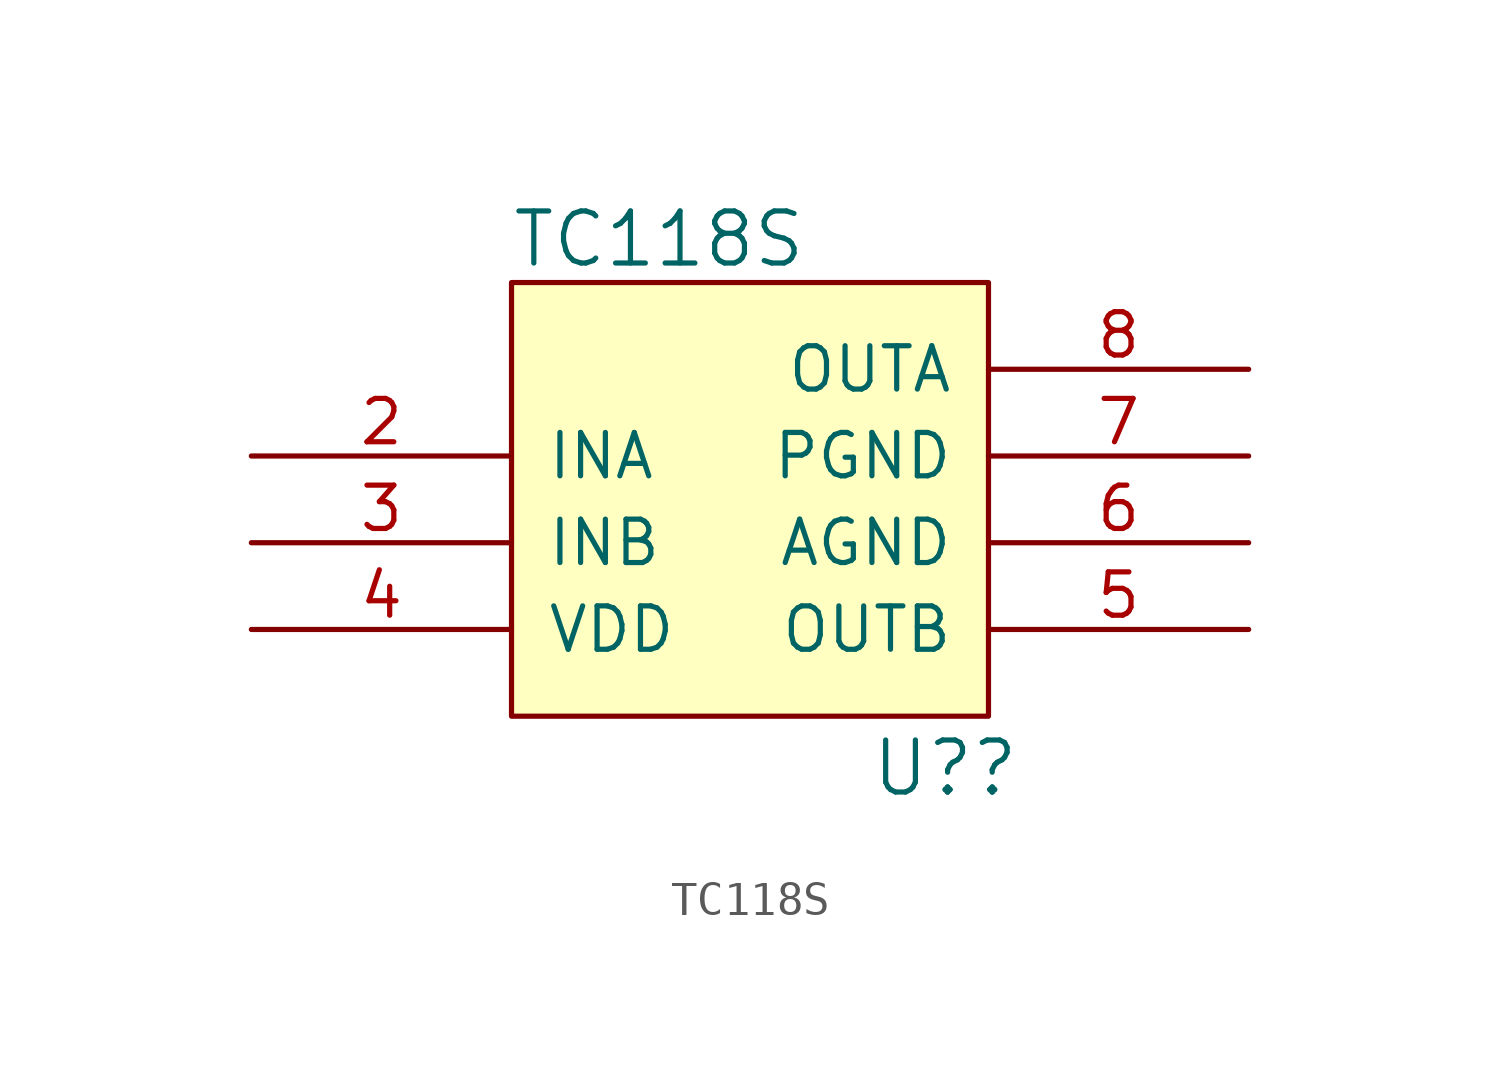
<source format=kicad_sym>
(kicad_symbol_lib
  (version 20211014)
  (generator kicad_symbol_editor)
  (symbol "TC118S"
    (pin_names
      (offset 1.016))
    (property "Reference" "U?"
      (at 12.7 -11.684 0)
      (effects (font (size 1.524 1.524))))
    (property "Value" "TC118S"
      (at 4.318 3.81 0)
      (effects (font (size 1.524 1.524))))
    (property "Footprint" ""
      (at 0 1.27 0)
      (effects (font (size 1.524 1.524))))
    (property "Datasheet" ""
      (at 0 1.27 0)
      (effects (font (size 1.524 1.524))))
    (symbol "TC118S_0_1"
      (rectangle (start 0 -10.16) (end 13.97 2.54) (stroke (width 0) (type default) (color 0 0 0 0)) (fill (type background))))
    (symbol "TC118S_1_1"
      (pin input line (at -7.62 -2.54 0) (length 7.62) (name "INA" (effects (font (size 1.27 1.27)))) (number "2" (effects (font (size 1.27 1.27)))))
      (pin input line (at -7.62 -5.08 0) (length 7.62) (name "INB" (effects (font (size 1.27 1.27)))) (number "3" (effects (font (size 1.27 1.27)))))
      (pin input line (at -7.62 -7.62 0) (length 7.62) (name "VDD" (effects (font (size 1.27 1.27)))) (number "4" (effects (font (size 1.27 1.27)))))
      (pin input line (at 21.59 -7.62 180) (length 7.62) (name "OUTB" (effects (font (size 1.27 1.27)))) (number "5" (effects (font (size 1.27 1.27)))))
      (pin input line (at 21.59 -5.08 180) (length 7.62) (name "AGND" (effects (font (size 1.27 1.27)))) (number "6" (effects (font (size 1.27 1.27)))))
      (pin input line (at 21.59 -2.54 180) (length 7.62) (name "PGND" (effects (font (size 1.27 1.27)))) (number "7" (effects (font (size 1.27 1.27)))))
      (pin input line (at 21.59 0 180) (length 7.62) (name "OUTA" (effects (font (size 1.27 1.27)))) (number "8" (effects (font (size 1.27 1.27))))))))
</source>
